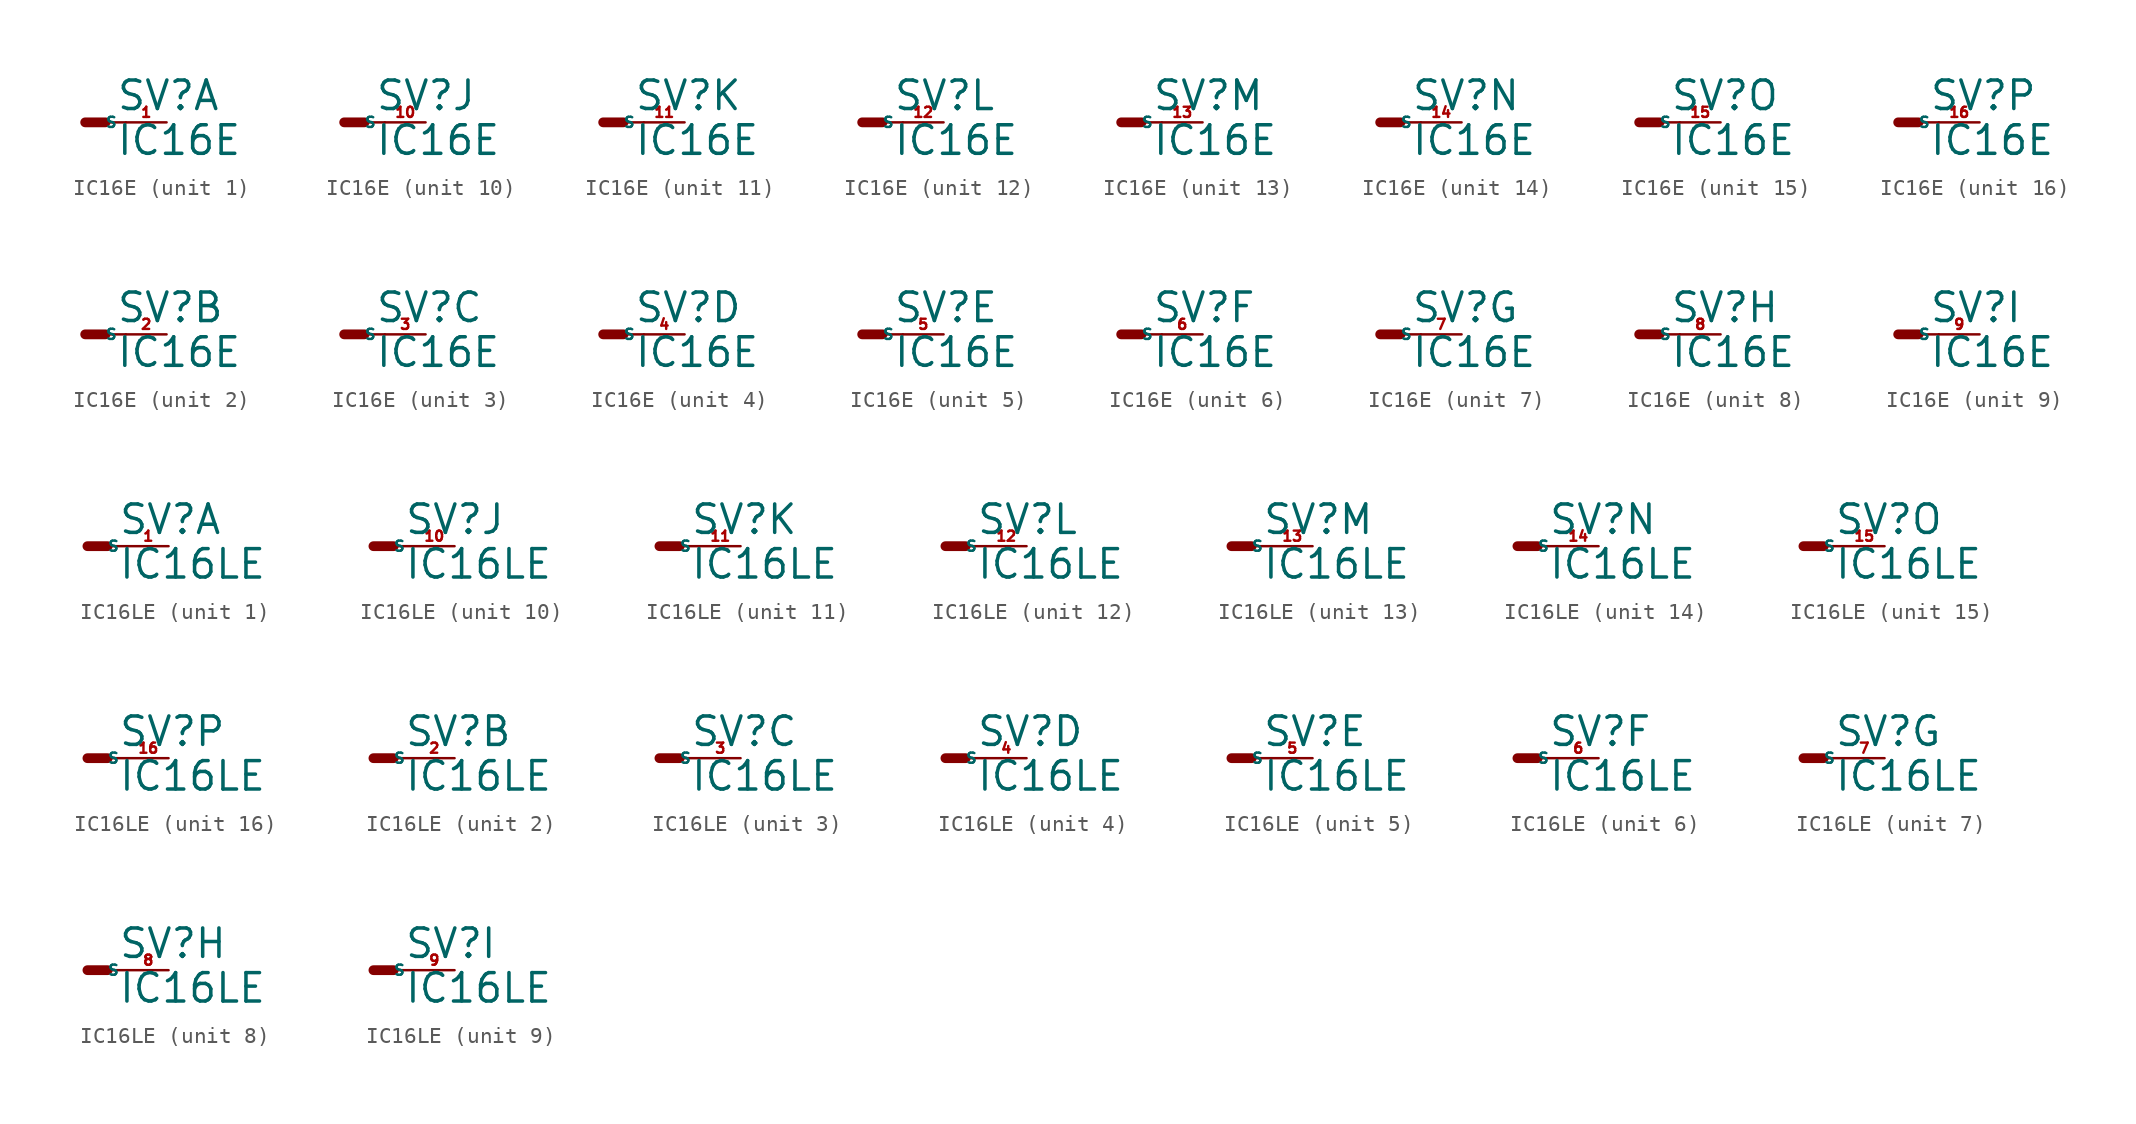
<source format=kicad_sym>
(kicad_symbol_lib
  (version 20220914)
  (generator Eagle2Kicad)
  (symbol "IC16E"
    (property "Reference" "SV"
      (at 1.905 0.635 0)
      (effects (font (size 1.778 1.778) (thickness 0.22)) (justify left bottom)))
    (property "Value" "IC16E"
      (at 1.905 -2.159 0)
      (effects (font (size 1.778 1.778) (thickness 0.22)) (justify left bottom)))
    (symbol "IC16E_1_0"
      (polyline (pts (xy 0 0) (xy 1.27 0)) (stroke (width 0.61) (type default)) (fill (type none)))
      (polyline (pts (xy 2.54 0) (xy 1.27 0)) (stroke (width 0.152) (type default)) (fill (type none)))
      (pin passive line (at 5.08 0 180) (length 2.54) (name "S" (effects (font (size 0.635 0.635) (thickness 0.08)) (justify left bottom))) (number "1" (effects (font (size 0.635 0.635) (thickness 0.08)) (justify left bottom)))))
    (symbol "IC16E_2_0"
      (polyline (pts (xy 0 0) (xy 1.27 0)) (stroke (width 0.61) (type default)) (fill (type none)))
      (polyline (pts (xy 2.54 0) (xy 1.27 0)) (stroke (width 0.152) (type default)) (fill (type none)))
      (pin passive line (at 5.08 0 180) (length 2.54) (name "S" (effects (font (size 0.635 0.635) (thickness 0.08)) (justify left bottom))) (number "2" (effects (font (size 0.635 0.635) (thickness 0.08)) (justify left bottom)))))
    (symbol "IC16E_3_0"
      (polyline (pts (xy 0 0) (xy 1.27 0)) (stroke (width 0.61) (type default)) (fill (type none)))
      (polyline (pts (xy 2.54 0) (xy 1.27 0)) (stroke (width 0.152) (type default)) (fill (type none)))
      (pin passive line (at 5.08 0 180) (length 2.54) (name "S" (effects (font (size 0.635 0.635) (thickness 0.08)) (justify left bottom))) (number "3" (effects (font (size 0.635 0.635) (thickness 0.08)) (justify left bottom)))))
    (symbol "IC16E_4_0"
      (polyline (pts (xy 0 0) (xy 1.27 0)) (stroke (width 0.61) (type default)) (fill (type none)))
      (polyline (pts (xy 2.54 0) (xy 1.27 0)) (stroke (width 0.152) (type default)) (fill (type none)))
      (pin passive line (at 5.08 0 180) (length 2.54) (name "S" (effects (font (size 0.635 0.635) (thickness 0.08)) (justify left bottom))) (number "4" (effects (font (size 0.635 0.635) (thickness 0.08)) (justify left bottom)))))
    (symbol "IC16E_5_0"
      (polyline (pts (xy 0 0) (xy 1.27 0)) (stroke (width 0.61) (type default)) (fill (type none)))
      (polyline (pts (xy 2.54 0) (xy 1.27 0)) (stroke (width 0.152) (type default)) (fill (type none)))
      (pin passive line (at 5.08 0 180) (length 2.54) (name "S" (effects (font (size 0.635 0.635) (thickness 0.08)) (justify left bottom))) (number "5" (effects (font (size 0.635 0.635) (thickness 0.08)) (justify left bottom)))))
    (symbol "IC16E_6_0"
      (polyline (pts (xy 0 0) (xy 1.27 0)) (stroke (width 0.61) (type default)) (fill (type none)))
      (polyline (pts (xy 2.54 0) (xy 1.27 0)) (stroke (width 0.152) (type default)) (fill (type none)))
      (pin passive line (at 5.08 0 180) (length 2.54) (name "S" (effects (font (size 0.635 0.635) (thickness 0.08)) (justify left bottom))) (number "6" (effects (font (size 0.635 0.635) (thickness 0.08)) (justify left bottom)))))
    (symbol "IC16E_7_0"
      (polyline (pts (xy 0 0) (xy 1.27 0)) (stroke (width 0.61) (type default)) (fill (type none)))
      (polyline (pts (xy 2.54 0) (xy 1.27 0)) (stroke (width 0.152) (type default)) (fill (type none)))
      (pin passive line (at 5.08 0 180) (length 2.54) (name "S" (effects (font (size 0.635 0.635) (thickness 0.08)) (justify left bottom))) (number "7" (effects (font (size 0.635 0.635) (thickness 0.08)) (justify left bottom)))))
    (symbol "IC16E_8_0"
      (polyline (pts (xy 0 0) (xy 1.27 0)) (stroke (width 0.61) (type default)) (fill (type none)))
      (polyline (pts (xy 2.54 0) (xy 1.27 0)) (stroke (width 0.152) (type default)) (fill (type none)))
      (pin passive line (at 5.08 0 180) (length 2.54) (name "S" (effects (font (size 0.635 0.635) (thickness 0.08)) (justify left bottom))) (number "8" (effects (font (size 0.635 0.635) (thickness 0.08)) (justify left bottom)))))
    (symbol "IC16E_9_0"
      (polyline (pts (xy 0 0) (xy 1.27 0)) (stroke (width 0.61) (type default)) (fill (type none)))
      (polyline (pts (xy 2.54 0) (xy 1.27 0)) (stroke (width 0.152) (type default)) (fill (type none)))
      (pin passive line (at 5.08 0 180) (length 2.54) (name "S" (effects (font (size 0.635 0.635) (thickness 0.08)) (justify left bottom))) (number "9" (effects (font (size 0.635 0.635) (thickness 0.08)) (justify left bottom)))))
    (symbol "IC16E_10_0"
      (polyline (pts (xy 0 0) (xy 1.27 0)) (stroke (width 0.61) (type default)) (fill (type none)))
      (polyline (pts (xy 2.54 0) (xy 1.27 0)) (stroke (width 0.152) (type default)) (fill (type none)))
      (pin passive line (at 5.08 0 180) (length 2.54) (name "S" (effects (font (size 0.635 0.635) (thickness 0.08)) (justify left bottom))) (number "10" (effects (font (size 0.635 0.635) (thickness 0.08)) (justify left bottom)))))
    (symbol "IC16E_11_0"
      (polyline (pts (xy 0 0) (xy 1.27 0)) (stroke (width 0.61) (type default)) (fill (type none)))
      (polyline (pts (xy 2.54 0) (xy 1.27 0)) (stroke (width 0.152) (type default)) (fill (type none)))
      (pin passive line (at 5.08 0 180) (length 2.54) (name "S" (effects (font (size 0.635 0.635) (thickness 0.08)) (justify left bottom))) (number "11" (effects (font (size 0.635 0.635) (thickness 0.08)) (justify left bottom)))))
    (symbol "IC16E_12_0"
      (polyline (pts (xy 0 0) (xy 1.27 0)) (stroke (width 0.61) (type default)) (fill (type none)))
      (polyline (pts (xy 2.54 0) (xy 1.27 0)) (stroke (width 0.152) (type default)) (fill (type none)))
      (pin passive line (at 5.08 0 180) (length 2.54) (name "S" (effects (font (size 0.635 0.635) (thickness 0.08)) (justify left bottom))) (number "12" (effects (font (size 0.635 0.635) (thickness 0.08)) (justify left bottom)))))
    (symbol "IC16E_13_0"
      (polyline (pts (xy 0 0) (xy 1.27 0)) (stroke (width 0.61) (type default)) (fill (type none)))
      (polyline (pts (xy 2.54 0) (xy 1.27 0)) (stroke (width 0.152) (type default)) (fill (type none)))
      (pin passive line (at 5.08 0 180) (length 2.54) (name "S" (effects (font (size 0.635 0.635) (thickness 0.08)) (justify left bottom))) (number "13" (effects (font (size 0.635 0.635) (thickness 0.08)) (justify left bottom)))))
    (symbol "IC16E_14_0"
      (polyline (pts (xy 0 0) (xy 1.27 0)) (stroke (width 0.61) (type default)) (fill (type none)))
      (polyline (pts (xy 2.54 0) (xy 1.27 0)) (stroke (width 0.152) (type default)) (fill (type none)))
      (pin passive line (at 5.08 0 180) (length 2.54) (name "S" (effects (font (size 0.635 0.635) (thickness 0.08)) (justify left bottom))) (number "14" (effects (font (size 0.635 0.635) (thickness 0.08)) (justify left bottom)))))
    (symbol "IC16E_15_0"
      (polyline (pts (xy 0 0) (xy 1.27 0)) (stroke (width 0.61) (type default)) (fill (type none)))
      (polyline (pts (xy 2.54 0) (xy 1.27 0)) (stroke (width 0.152) (type default)) (fill (type none)))
      (pin passive line (at 5.08 0 180) (length 2.54) (name "S" (effects (font (size 0.635 0.635) (thickness 0.08)) (justify left bottom))) (number "15" (effects (font (size 0.635 0.635) (thickness 0.08)) (justify left bottom)))))
    (symbol "IC16E_16_0"
      (polyline (pts (xy 0 0) (xy 1.27 0)) (stroke (width 0.61) (type default)) (fill (type none)))
      (polyline (pts (xy 2.54 0) (xy 1.27 0)) (stroke (width 0.152) (type default)) (fill (type none)))
      (pin passive line (at 5.08 0 180) (length 2.54) (name "S" (effects (font (size 0.635 0.635) (thickness 0.08)) (justify left bottom))) (number "16" (effects (font (size 0.635 0.635) (thickness 0.08)) (justify left bottom))))))
  (symbol "IC16LE"
    (property "Reference" "SV"
      (at 1.905 0.635 0)
      (effects (font (size 1.778 1.778) (thickness 0.22)) (justify left bottom)))
    (property "Value" "IC16LE"
      (at 1.905 -2.159 0)
      (effects (font (size 1.778 1.778) (thickness 0.22)) (justify left bottom)))
    (symbol "IC16LE_1_0"
      (polyline (pts (xy 0 0) (xy 1.27 0)) (stroke (width 0.61) (type default)) (fill (type none)))
      (polyline (pts (xy 2.54 0) (xy 1.27 0)) (stroke (width 0.152) (type default)) (fill (type none)))
      (pin passive line (at 5.08 0 180) (length 2.54) (name "S" (effects (font (size 0.635 0.635) (thickness 0.08)) (justify left bottom))) (number "1" (effects (font (size 0.635 0.635) (thickness 0.08)) (justify left bottom)))))
    (symbol "IC16LE_2_0"
      (polyline (pts (xy 0 0) (xy 1.27 0)) (stroke (width 0.61) (type default)) (fill (type none)))
      (polyline (pts (xy 2.54 0) (xy 1.27 0)) (stroke (width 0.152) (type default)) (fill (type none)))
      (pin passive line (at 5.08 0 180) (length 2.54) (name "S" (effects (font (size 0.635 0.635) (thickness 0.08)) (justify left bottom))) (number "2" (effects (font (size 0.635 0.635) (thickness 0.08)) (justify left bottom)))))
    (symbol "IC16LE_3_0"
      (polyline (pts (xy 0 0) (xy 1.27 0)) (stroke (width 0.61) (type default)) (fill (type none)))
      (polyline (pts (xy 2.54 0) (xy 1.27 0)) (stroke (width 0.152) (type default)) (fill (type none)))
      (pin passive line (at 5.08 0 180) (length 2.54) (name "S" (effects (font (size 0.635 0.635) (thickness 0.08)) (justify left bottom))) (number "3" (effects (font (size 0.635 0.635) (thickness 0.08)) (justify left bottom)))))
    (symbol "IC16LE_4_0"
      (polyline (pts (xy 0 0) (xy 1.27 0)) (stroke (width 0.61) (type default)) (fill (type none)))
      (polyline (pts (xy 2.54 0) (xy 1.27 0)) (stroke (width 0.152) (type default)) (fill (type none)))
      (pin passive line (at 5.08 0 180) (length 2.54) (name "S" (effects (font (size 0.635 0.635) (thickness 0.08)) (justify left bottom))) (number "4" (effects (font (size 0.635 0.635) (thickness 0.08)) (justify left bottom)))))
    (symbol "IC16LE_5_0"
      (polyline (pts (xy 0 0) (xy 1.27 0)) (stroke (width 0.61) (type default)) (fill (type none)))
      (polyline (pts (xy 2.54 0) (xy 1.27 0)) (stroke (width 0.152) (type default)) (fill (type none)))
      (pin passive line (at 5.08 0 180) (length 2.54) (name "S" (effects (font (size 0.635 0.635) (thickness 0.08)) (justify left bottom))) (number "5" (effects (font (size 0.635 0.635) (thickness 0.08)) (justify left bottom)))))
    (symbol "IC16LE_6_0"
      (polyline (pts (xy 0 0) (xy 1.27 0)) (stroke (width 0.61) (type default)) (fill (type none)))
      (polyline (pts (xy 2.54 0) (xy 1.27 0)) (stroke (width 0.152) (type default)) (fill (type none)))
      (pin passive line (at 5.08 0 180) (length 2.54) (name "S" (effects (font (size 0.635 0.635) (thickness 0.08)) (justify left bottom))) (number "6" (effects (font (size 0.635 0.635) (thickness 0.08)) (justify left bottom)))))
    (symbol "IC16LE_7_0"
      (polyline (pts (xy 0 0) (xy 1.27 0)) (stroke (width 0.61) (type default)) (fill (type none)))
      (polyline (pts (xy 2.54 0) (xy 1.27 0)) (stroke (width 0.152) (type default)) (fill (type none)))
      (pin passive line (at 5.08 0 180) (length 2.54) (name "S" (effects (font (size 0.635 0.635) (thickness 0.08)) (justify left bottom))) (number "7" (effects (font (size 0.635 0.635) (thickness 0.08)) (justify left bottom)))))
    (symbol "IC16LE_8_0"
      (polyline (pts (xy 0 0) (xy 1.27 0)) (stroke (width 0.61) (type default)) (fill (type none)))
      (polyline (pts (xy 2.54 0) (xy 1.27 0)) (stroke (width 0.152) (type default)) (fill (type none)))
      (pin passive line (at 5.08 0 180) (length 2.54) (name "S" (effects (font (size 0.635 0.635) (thickness 0.08)) (justify left bottom))) (number "8" (effects (font (size 0.635 0.635) (thickness 0.08)) (justify left bottom)))))
    (symbol "IC16LE_9_0"
      (polyline (pts (xy 0 0) (xy 1.27 0)) (stroke (width 0.61) (type default)) (fill (type none)))
      (polyline (pts (xy 2.54 0) (xy 1.27 0)) (stroke (width 0.152) (type default)) (fill (type none)))
      (pin passive line (at 5.08 0 180) (length 2.54) (name "S" (effects (font (size 0.635 0.635) (thickness 0.08)) (justify left bottom))) (number "9" (effects (font (size 0.635 0.635) (thickness 0.08)) (justify left bottom)))))
    (symbol "IC16LE_10_0"
      (polyline (pts (xy 0 0) (xy 1.27 0)) (stroke (width 0.61) (type default)) (fill (type none)))
      (polyline (pts (xy 2.54 0) (xy 1.27 0)) (stroke (width 0.152) (type default)) (fill (type none)))
      (pin passive line (at 5.08 0 180) (length 2.54) (name "S" (effects (font (size 0.635 0.635) (thickness 0.08)) (justify left bottom))) (number "10" (effects (font (size 0.635 0.635) (thickness 0.08)) (justify left bottom)))))
    (symbol "IC16LE_11_0"
      (polyline (pts (xy 0 0) (xy 1.27 0)) (stroke (width 0.61) (type default)) (fill (type none)))
      (polyline (pts (xy 2.54 0) (xy 1.27 0)) (stroke (width 0.152) (type default)) (fill (type none)))
      (pin passive line (at 5.08 0 180) (length 2.54) (name "S" (effects (font (size 0.635 0.635) (thickness 0.08)) (justify left bottom))) (number "11" (effects (font (size 0.635 0.635) (thickness 0.08)) (justify left bottom)))))
    (symbol "IC16LE_12_0"
      (polyline (pts (xy 0 0) (xy 1.27 0)) (stroke (width 0.61) (type default)) (fill (type none)))
      (polyline (pts (xy 2.54 0) (xy 1.27 0)) (stroke (width 0.152) (type default)) (fill (type none)))
      (pin passive line (at 5.08 0 180) (length 2.54) (name "S" (effects (font (size 0.635 0.635) (thickness 0.08)) (justify left bottom))) (number "12" (effects (font (size 0.635 0.635) (thickness 0.08)) (justify left bottom)))))
    (symbol "IC16LE_13_0"
      (polyline (pts (xy 0 0) (xy 1.27 0)) (stroke (width 0.61) (type default)) (fill (type none)))
      (polyline (pts (xy 2.54 0) (xy 1.27 0)) (stroke (width 0.152) (type default)) (fill (type none)))
      (pin passive line (at 5.08 0 180) (length 2.54) (name "S" (effects (font (size 0.635 0.635) (thickness 0.08)) (justify left bottom))) (number "13" (effects (font (size 0.635 0.635) (thickness 0.08)) (justify left bottom)))))
    (symbol "IC16LE_14_0"
      (polyline (pts (xy 0 0) (xy 1.27 0)) (stroke (width 0.61) (type default)) (fill (type none)))
      (polyline (pts (xy 2.54 0) (xy 1.27 0)) (stroke (width 0.152) (type default)) (fill (type none)))
      (pin passive line (at 5.08 0 180) (length 2.54) (name "S" (effects (font (size 0.635 0.635) (thickness 0.08)) (justify left bottom))) (number "14" (effects (font (size 0.635 0.635) (thickness 0.08)) (justify left bottom)))))
    (symbol "IC16LE_15_0"
      (polyline (pts (xy 0 0) (xy 1.27 0)) (stroke (width 0.61) (type default)) (fill (type none)))
      (polyline (pts (xy 2.54 0) (xy 1.27 0)) (stroke (width 0.152) (type default)) (fill (type none)))
      (pin passive line (at 5.08 0 180) (length 2.54) (name "S" (effects (font (size 0.635 0.635) (thickness 0.08)) (justify left bottom))) (number "15" (effects (font (size 0.635 0.635) (thickness 0.08)) (justify left bottom)))))
    (symbol "IC16LE_16_0"
      (polyline (pts (xy 0 0) (xy 1.27 0)) (stroke (width 0.61) (type default)) (fill (type none)))
      (polyline (pts (xy 2.54 0) (xy 1.27 0)) (stroke (width 0.152) (type default)) (fill (type none)))
      (pin passive line (at 5.08 0 180) (length 2.54) (name "S" (effects (font (size 0.635 0.635) (thickness 0.08)) (justify left bottom))) (number "16" (effects (font (size 0.635 0.635) (thickness 0.08)) (justify left bottom)))))))
</source>
